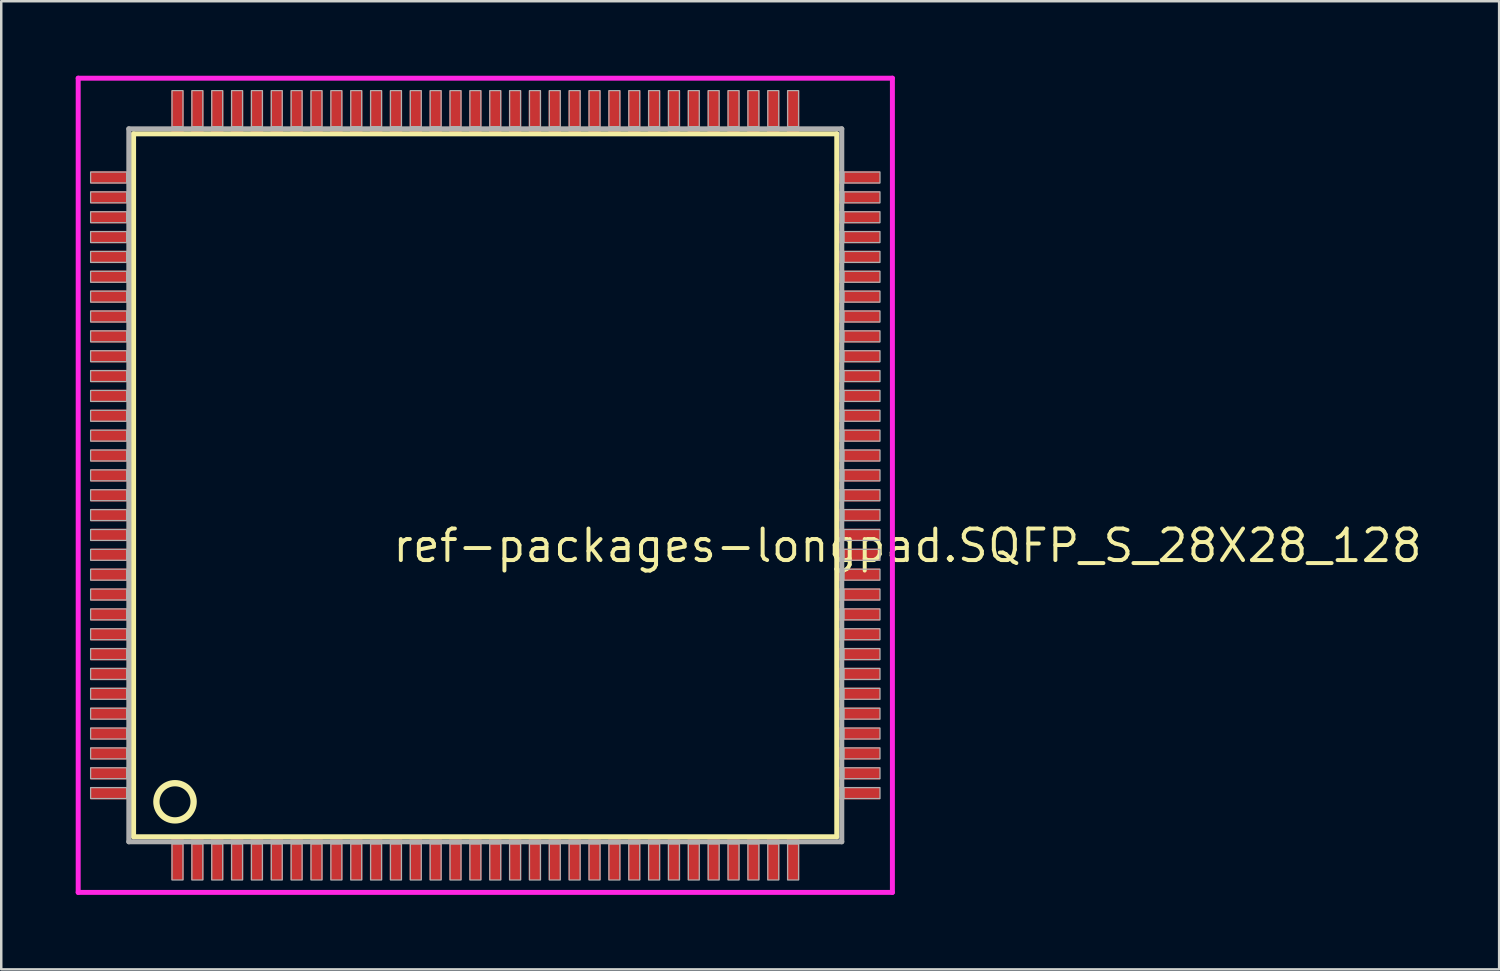
<source format=kicad_pcb>
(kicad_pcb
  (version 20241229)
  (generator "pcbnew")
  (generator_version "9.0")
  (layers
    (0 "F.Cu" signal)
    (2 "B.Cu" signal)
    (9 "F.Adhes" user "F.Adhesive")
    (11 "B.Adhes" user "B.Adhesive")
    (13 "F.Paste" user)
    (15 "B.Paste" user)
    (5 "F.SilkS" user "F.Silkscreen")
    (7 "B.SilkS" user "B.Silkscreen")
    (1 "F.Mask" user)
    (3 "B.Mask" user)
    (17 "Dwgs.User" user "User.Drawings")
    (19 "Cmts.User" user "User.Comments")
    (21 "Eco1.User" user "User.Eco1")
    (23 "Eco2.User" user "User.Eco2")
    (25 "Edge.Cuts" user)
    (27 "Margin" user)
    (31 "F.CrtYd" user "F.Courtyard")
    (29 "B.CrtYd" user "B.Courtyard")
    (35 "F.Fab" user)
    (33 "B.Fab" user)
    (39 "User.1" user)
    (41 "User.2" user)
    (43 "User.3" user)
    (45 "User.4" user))
  (footprint "ref-packages-longpad.SQFP_S_28X28_128"
    (layer "F.Cu")
    (at 16.5 16.5)
    (property "Reference" "ref-packages-longpad.SQFP_S_28X28_128" (at -3.81 3.175 0) (layer "F.SilkS") (effects (font (size 1.27 1.27) (thickness 0.16)) (justify left bottom)))
    (attr smd)
    (fp_line (start -14.17 -14.16) (end 14.16 -14.16) (stroke (width 0.203) (type default)) (layer "F.SilkS"))
    (fp_line (start -14.17 14.16) (end -14.17 -14.16) (stroke (width 0.203) (type default)) (layer "F.SilkS"))
    (fp_line (start 14.16 -14.16) (end 14.16 14.16) (stroke (width 0.203) (type default)) (layer "F.SilkS"))
    (fp_line (start 14.16 14.16) (end -14.17 14.16) (stroke (width 0.203) (type default)) (layer "F.SilkS"))
    (fp_circle (center -12.5 12.75) (end -11.75 12.75) (stroke (width 0.254) (type default)) (fill no) (layer "F.SilkS"))
    (fp_line (start -16.4 -16.4) (end 16.4 -16.4) (stroke (width 0.2) (type default)) (layer "F.CrtYd"))
    (fp_line (start -16.4 16.4) (end -16.4 -16.4) (stroke (width 0.2) (type default)) (layer "F.CrtYd"))
    (fp_line (start 16.4 -16.4) (end 16.4 16.4) (stroke (width 0.2) (type default)) (layer "F.CrtYd"))
    (fp_line (start 16.4 16.4) (end -16.4 16.4) (stroke (width 0.2) (type default)) (layer "F.CrtYd"))
    (fp_line (start -14.36 -14.36) (end -14.36 14.36) (stroke (width 0.203) (type default)) (layer "F.Fab"))
    (fp_line (start -14.36 14.36) (end 14.36 14.36) (stroke (width 0.203) (type default)) (layer "F.Fab"))
    (fp_line (start 14.36 -14.36) (end -14.36 -14.36) (stroke (width 0.203) (type default)) (layer "F.Fab"))
    (fp_line (start 14.36 14.36) (end 14.36 -14.36) (stroke (width 0.203) (type default)) (layer "F.Fab"))
    (fp_rect (start -15.9 -12.18) (end -14.45 -12.62) (stroke (width 0.05) (type default)) (fill no) (layer "F.Fab"))
    (fp_rect (start -15.9 -11.38) (end -14.45 -11.82) (stroke (width 0.05) (type default)) (fill no) (layer "F.Fab"))
    (fp_rect (start -15.9 -10.58) (end -14.45 -11.02) (stroke (width 0.05) (type default)) (fill no) (layer "F.Fab"))
    (fp_rect (start -15.9 -9.78) (end -14.45 -10.22) (stroke (width 0.05) (type default)) (fill no) (layer "F.Fab"))
    (fp_rect (start -15.9 -8.98) (end -14.45 -9.42) (stroke (width 0.05) (type default)) (fill no) (layer "F.Fab"))
    (fp_rect (start -15.9 -8.18) (end -14.45 -8.62) (stroke (width 0.05) (type default)) (fill no) (layer "F.Fab"))
    (fp_rect (start -15.9 -7.38) (end -14.45 -7.82) (stroke (width 0.05) (type default)) (fill no) (layer "F.Fab"))
    (fp_rect (start -15.9 -6.58) (end -14.45 -7.02) (stroke (width 0.05) (type default)) (fill no) (layer "F.Fab"))
    (fp_rect (start -15.9 -5.78) (end -14.45 -6.22) (stroke (width 0.05) (type default)) (fill no) (layer "F.Fab"))
    (fp_rect (start -15.9 -4.98) (end -14.45 -5.42) (stroke (width 0.05) (type default)) (fill no) (layer "F.Fab"))
    (fp_rect (start -15.9 -4.18) (end -14.45 -4.62) (stroke (width 0.05) (type default)) (fill no) (layer "F.Fab"))
    (fp_rect (start -15.9 -3.38) (end -14.45 -3.82) (stroke (width 0.05) (type default)) (fill no) (layer "F.Fab"))
    (fp_rect (start -15.9 -2.58) (end -14.45 -3.02) (stroke (width 0.05) (type default)) (fill no) (layer "F.Fab"))
    (fp_rect (start -15.9 -1.78) (end -14.45 -2.22) (stroke (width 0.05) (type default)) (fill no) (layer "F.Fab"))
    (fp_rect (start -15.9 -0.98) (end -14.45 -1.42) (stroke (width 0.05) (type default)) (fill no) (layer "F.Fab"))
    (fp_rect (start -15.9 -0.18) (end -14.45 -0.62) (stroke (width 0.05) (type default)) (fill no) (layer "F.Fab"))
    (fp_rect (start -15.9 0.62) (end -14.45 0.18) (stroke (width 0.05) (type default)) (fill no) (layer "F.Fab"))
    (fp_rect (start -15.9 1.42) (end -14.45 0.98) (stroke (width 0.05) (type default)) (fill no) (layer "F.Fab"))
    (fp_rect (start -15.9 2.22) (end -14.45 1.78) (stroke (width 0.05) (type default)) (fill no) (layer "F.Fab"))
    (fp_rect (start -15.9 3.02) (end -14.45 2.58) (stroke (width 0.05) (type default)) (fill no) (layer "F.Fab"))
    (fp_rect (start -15.9 3.82) (end -14.45 3.38) (stroke (width 0.05) (type default)) (fill no) (layer "F.Fab"))
    (fp_rect (start -15.9 4.62) (end -14.45 4.18) (stroke (width 0.05) (type default)) (fill no) (layer "F.Fab"))
    (fp_rect (start -15.9 5.42) (end -14.45 4.98) (stroke (width 0.05) (type default)) (fill no) (layer "F.Fab"))
    (fp_rect (start -15.9 6.22) (end -14.45 5.78) (stroke (width 0.05) (type default)) (fill no) (layer "F.Fab"))
    (fp_rect (start -15.9 7.02) (end -14.45 6.58) (stroke (width 0.05) (type default)) (fill no) (layer "F.Fab"))
    (fp_rect (start -15.9 7.82) (end -14.45 7.38) (stroke (width 0.05) (type default)) (fill no) (layer "F.Fab"))
    (fp_rect (start -15.9 8.62) (end -14.45 8.18) (stroke (width 0.05) (type default)) (fill no) (layer "F.Fab"))
    (fp_rect (start -15.9 9.42) (end -14.45 8.98) (stroke (width 0.05) (type default)) (fill no) (layer "F.Fab"))
    (fp_rect (start -15.9 10.22) (end -14.45 9.78) (stroke (width 0.05) (type default)) (fill no) (layer "F.Fab"))
    (fp_rect (start -15.9 11.02) (end -14.45 10.58) (stroke (width 0.05) (type default)) (fill no) (layer "F.Fab"))
    (fp_rect (start -15.9 11.82) (end -14.45 11.38) (stroke (width 0.05) (type default)) (fill no) (layer "F.Fab"))
    (fp_rect (start -15.9 12.62) (end -14.45 12.18) (stroke (width 0.05) (type default)) (fill no) (layer "F.Fab"))
    (fp_rect (start -12.62 -14.45) (end -12.18 -15.9) (stroke (width 0.05) (type default)) (fill no) (layer "F.Fab"))
    (fp_rect (start -12.62 15.9) (end -12.18 14.45) (stroke (width 0.05) (type default)) (fill no) (layer "F.Fab"))
    (fp_rect (start -11.82 -14.45) (end -11.38 -15.9) (stroke (width 0.05) (type default)) (fill no) (layer "F.Fab"))
    (fp_rect (start -11.82 15.9) (end -11.38 14.45) (stroke (width 0.05) (type default)) (fill no) (layer "F.Fab"))
    (fp_rect (start -11.02 -14.45) (end -10.58 -15.9) (stroke (width 0.05) (type default)) (fill no) (layer "F.Fab"))
    (fp_rect (start -11.02 15.9) (end -10.58 14.45) (stroke (width 0.05) (type default)) (fill no) (layer "F.Fab"))
    (fp_rect (start -10.22 -14.45) (end -9.78 -15.9) (stroke (width 0.05) (type default)) (fill no) (layer "F.Fab"))
    (fp_rect (start -10.22 15.9) (end -9.78 14.45) (stroke (width 0.05) (type default)) (fill no) (layer "F.Fab"))
    (fp_rect (start -9.42 -14.45) (end -8.98 -15.9) (stroke (width 0.05) (type default)) (fill no) (layer "F.Fab"))
    (fp_rect (start -9.42 15.9) (end -8.98 14.45) (stroke (width 0.05) (type default)) (fill no) (layer "F.Fab"))
    (fp_rect (start -8.62 -14.45) (end -8.18 -15.9) (stroke (width 0.05) (type default)) (fill no) (layer "F.Fab"))
    (fp_rect (start -8.62 15.9) (end -8.18 14.45) (stroke (width 0.05) (type default)) (fill no) (layer "F.Fab"))
    (fp_rect (start -7.82 -14.45) (end -7.38 -15.9) (stroke (width 0.05) (type default)) (fill no) (layer "F.Fab"))
    (fp_rect (start -7.82 15.9) (end -7.38 14.45) (stroke (width 0.05) (type default)) (fill no) (layer "F.Fab"))
    (fp_rect (start -7.02 -14.45) (end -6.58 -15.9) (stroke (width 0.05) (type default)) (fill no) (layer "F.Fab"))
    (fp_rect (start -7.02 15.9) (end -6.58 14.45) (stroke (width 0.05) (type default)) (fill no) (layer "F.Fab"))
    (fp_rect (start -6.22 -14.45) (end -5.78 -15.9) (stroke (width 0.05) (type default)) (fill no) (layer "F.Fab"))
    (fp_rect (start -6.22 15.9) (end -5.78 14.45) (stroke (width 0.05) (type default)) (fill no) (layer "F.Fab"))
    (fp_rect (start -5.42 -14.45) (end -4.98 -15.9) (stroke (width 0.05) (type default)) (fill no) (layer "F.Fab"))
    (fp_rect (start -5.42 15.9) (end -4.98 14.45) (stroke (width 0.05) (type default)) (fill no) (layer "F.Fab"))
    (fp_rect (start -4.62 -14.45) (end -4.18 -15.9) (stroke (width 0.05) (type default)) (fill no) (layer "F.Fab"))
    (fp_rect (start -4.62 15.9) (end -4.18 14.45) (stroke (width 0.05) (type default)) (fill no) (layer "F.Fab"))
    (fp_rect (start -3.82 -14.45) (end -3.38 -15.9) (stroke (width 0.05) (type default)) (fill no) (layer "F.Fab"))
    (fp_rect (start -3.82 15.9) (end -3.38 14.45) (stroke (width 0.05) (type default)) (fill no) (layer "F.Fab"))
    (fp_rect (start -3.02 -14.45) (end -2.58 -15.9) (stroke (width 0.05) (type default)) (fill no) (layer "F.Fab"))
    (fp_rect (start -3.02 15.9) (end -2.58 14.45) (stroke (width 0.05) (type default)) (fill no) (layer "F.Fab"))
    (fp_rect (start -2.22 -14.45) (end -1.78 -15.9) (stroke (width 0.05) (type default)) (fill no) (layer "F.Fab"))
    (fp_rect (start -2.22 15.9) (end -1.78 14.45) (stroke (width 0.05) (type default)) (fill no) (layer "F.Fab"))
    (fp_rect (start -1.42 -14.45) (end -0.98 -15.9) (stroke (width 0.05) (type default)) (fill no) (layer "F.Fab"))
    (fp_rect (start -1.42 15.9) (end -0.98 14.45) (stroke (width 0.05) (type default)) (fill no) (layer "F.Fab"))
    (fp_rect (start -0.62 -14.45) (end -0.18 -15.9) (stroke (width 0.05) (type default)) (fill no) (layer "F.Fab"))
    (fp_rect (start -0.62 15.9) (end -0.18 14.45) (stroke (width 0.05) (type default)) (fill no) (layer "F.Fab"))
    (fp_rect (start 0.18 -14.45) (end 0.62 -15.9) (stroke (width 0.05) (type default)) (fill no) (layer "F.Fab"))
    (fp_rect (start 0.18 15.9) (end 0.62 14.45) (stroke (width 0.05) (type default)) (fill no) (layer "F.Fab"))
    (fp_rect (start 0.98 -14.45) (end 1.42 -15.9) (stroke (width 0.05) (type default)) (fill no) (layer "F.Fab"))
    (fp_rect (start 0.98 15.9) (end 1.42 14.45) (stroke (width 0.05) (type default)) (fill no) (layer "F.Fab"))
    (fp_rect (start 1.78 -14.45) (end 2.22 -15.9) (stroke (width 0.05) (type default)) (fill no) (layer "F.Fab"))
    (fp_rect (start 1.78 15.9) (end 2.22 14.45) (stroke (width 0.05) (type default)) (fill no) (layer "F.Fab"))
    (fp_rect (start 2.58 -14.45) (end 3.02 -15.9) (stroke (width 0.05) (type default)) (fill no) (layer "F.Fab"))
    (fp_rect (start 2.58 15.9) (end 3.02 14.45) (stroke (width 0.05) (type default)) (fill no) (layer "F.Fab"))
    (fp_rect (start 3.38 -14.45) (end 3.82 -15.9) (stroke (width 0.05) (type default)) (fill no) (layer "F.Fab"))
    (fp_rect (start 3.38 15.9) (end 3.82 14.45) (stroke (width 0.05) (type default)) (fill no) (layer "F.Fab"))
    (fp_rect (start 4.18 -14.45) (end 4.62 -15.9) (stroke (width 0.05) (type default)) (fill no) (layer "F.Fab"))
    (fp_rect (start 4.18 15.9) (end 4.62 14.45) (stroke (width 0.05) (type default)) (fill no) (layer "F.Fab"))
    (fp_rect (start 4.98 -14.45) (end 5.42 -15.9) (stroke (width 0.05) (type default)) (fill no) (layer "F.Fab"))
    (fp_rect (start 4.98 15.9) (end 5.42 14.45) (stroke (width 0.05) (type default)) (fill no) (layer "F.Fab"))
    (fp_rect (start 5.78 -14.45) (end 6.22 -15.9) (stroke (width 0.05) (type default)) (fill no) (layer "F.Fab"))
    (fp_rect (start 5.78 15.9) (end 6.22 14.45) (stroke (width 0.05) (type default)) (fill no) (layer "F.Fab"))
    (fp_rect (start 6.58 -14.45) (end 7.02 -15.9) (stroke (width 0.05) (type default)) (fill no) (layer "F.Fab"))
    (fp_rect (start 6.58 15.9) (end 7.02 14.45) (stroke (width 0.05) (type default)) (fill no) (layer "F.Fab"))
    (fp_rect (start 7.38 -14.45) (end 7.82 -15.9) (stroke (width 0.05) (type default)) (fill no) (layer "F.Fab"))
    (fp_rect (start 7.38 15.9) (end 7.82 14.45) (stroke (width 0.05) (type default)) (fill no) (layer "F.Fab"))
    (fp_rect (start 8.18 -14.45) (end 8.62 -15.9) (stroke (width 0.05) (type default)) (fill no) (layer "F.Fab"))
    (fp_rect (start 8.18 15.9) (end 8.62 14.45) (stroke (width 0.05) (type default)) (fill no) (layer "F.Fab"))
    (fp_rect (start 8.98 -14.45) (end 9.42 -15.9) (stroke (width 0.05) (type default)) (fill no) (layer "F.Fab"))
    (fp_rect (start 8.98 15.9) (end 9.42 14.45) (stroke (width 0.05) (type default)) (fill no) (layer "F.Fab"))
    (fp_rect (start 9.78 -14.45) (end 10.22 -15.9) (stroke (width 0.05) (type default)) (fill no) (layer "F.Fab"))
    (fp_rect (start 9.78 15.9) (end 10.22 14.45) (stroke (width 0.05) (type default)) (fill no) (layer "F.Fab"))
    (fp_rect (start 10.58 -14.45) (end 11.02 -15.9) (stroke (width 0.05) (type default)) (fill no) (layer "F.Fab"))
    (fp_rect (start 10.58 15.9) (end 11.02 14.45) (stroke (width 0.05) (type default)) (fill no) (layer "F.Fab"))
    (fp_rect (start 11.38 -14.45) (end 11.82 -15.9) (stroke (width 0.05) (type default)) (fill no) (layer "F.Fab"))
    (fp_rect (start 11.38 15.9) (end 11.82 14.45) (stroke (width 0.05) (type default)) (fill no) (layer "F.Fab"))
    (fp_rect (start 12.18 -14.45) (end 12.62 -15.9) (stroke (width 0.05) (type default)) (fill no) (layer "F.Fab"))
    (fp_rect (start 12.18 15.9) (end 12.62 14.45) (stroke (width 0.05) (type default)) (fill no) (layer "F.Fab"))
    (fp_rect (start 14.45 -12.18) (end 15.9 -12.62) (stroke (width 0.05) (type default)) (fill no) (layer "F.Fab"))
    (fp_rect (start 14.45 -11.38) (end 15.9 -11.82) (stroke (width 0.05) (type default)) (fill no) (layer "F.Fab"))
    (fp_rect (start 14.45 -10.58) (end 15.9 -11.02) (stroke (width 0.05) (type default)) (fill no) (layer "F.Fab"))
    (fp_rect (start 14.45 -9.78) (end 15.9 -10.22) (stroke (width 0.05) (type default)) (fill no) (layer "F.Fab"))
    (fp_rect (start 14.45 -8.98) (end 15.9 -9.42) (stroke (width 0.05) (type default)) (fill no) (layer "F.Fab"))
    (fp_rect (start 14.45 -8.18) (end 15.9 -8.62) (stroke (width 0.05) (type default)) (fill no) (layer "F.Fab"))
    (fp_rect (start 14.45 -7.38) (end 15.9 -7.82) (stroke (width 0.05) (type default)) (fill no) (layer "F.Fab"))
    (fp_rect (start 14.45 -6.58) (end 15.9 -7.02) (stroke (width 0.05) (type default)) (fill no) (layer "F.Fab"))
    (fp_rect (start 14.45 -5.78) (end 15.9 -6.22) (stroke (width 0.05) (type default)) (fill no) (layer "F.Fab"))
    (fp_rect (start 14.45 -4.98) (end 15.9 -5.42) (stroke (width 0.05) (type default)) (fill no) (layer "F.Fab"))
    (fp_rect (start 14.45 -4.18) (end 15.9 -4.62) (stroke (width 0.05) (type default)) (fill no) (layer "F.Fab"))
    (fp_rect (start 14.45 -3.38) (end 15.9 -3.82) (stroke (width 0.05) (type default)) (fill no) (layer "F.Fab"))
    (fp_rect (start 14.45 -2.58) (end 15.9 -3.02) (stroke (width 0.05) (type default)) (fill no) (layer "F.Fab"))
    (fp_rect (start 14.45 -1.78) (end 15.9 -2.22) (stroke (width 0.05) (type default)) (fill no) (layer "F.Fab"))
    (fp_rect (start 14.45 -0.98) (end 15.9 -1.42) (stroke (width 0.05) (type default)) (fill no) (layer "F.Fab"))
    (fp_rect (start 14.45 -0.18) (end 15.9 -0.62) (stroke (width 0.05) (type default)) (fill no) (layer "F.Fab"))
    (fp_rect (start 14.45 0.62) (end 15.9 0.18) (stroke (width 0.05) (type default)) (fill no) (layer "F.Fab"))
    (fp_rect (start 14.45 1.42) (end 15.9 0.98) (stroke (width 0.05) (type default)) (fill no) (layer "F.Fab"))
    (fp_rect (start 14.45 2.22) (end 15.9 1.78) (stroke (width 0.05) (type default)) (fill no) (layer "F.Fab"))
    (fp_rect (start 14.45 3.02) (end 15.9 2.58) (stroke (width 0.05) (type default)) (fill no) (layer "F.Fab"))
    (fp_rect (start 14.45 3.82) (end 15.9 3.38) (stroke (width 0.05) (type default)) (fill no) (layer "F.Fab"))
    (fp_rect (start 14.45 4.62) (end 15.9 4.18) (stroke (width 0.05) (type default)) (fill no) (layer "F.Fab"))
    (fp_rect (start 14.45 5.42) (end 15.9 4.98) (stroke (width 0.05) (type default)) (fill no) (layer "F.Fab"))
    (fp_rect (start 14.45 6.22) (end 15.9 5.78) (stroke (width 0.05) (type default)) (fill no) (layer "F.Fab"))
    (fp_rect (start 14.45 7.02) (end 15.9 6.58) (stroke (width 0.05) (type default)) (fill no) (layer "F.Fab"))
    (fp_rect (start 14.45 7.82) (end 15.9 7.38) (stroke (width 0.05) (type default)) (fill no) (layer "F.Fab"))
    (fp_rect (start 14.45 8.62) (end 15.9 8.18) (stroke (width 0.05) (type default)) (fill no) (layer "F.Fab"))
    (fp_rect (start 14.45 9.42) (end 15.9 8.98) (stroke (width 0.05) (type default)) (fill no) (layer "F.Fab"))
    (fp_rect (start 14.45 10.22) (end 15.9 9.78) (stroke (width 0.05) (type default)) (fill no) (layer "F.Fab"))
    (fp_rect (start 14.45 11.02) (end 15.9 10.58) (stroke (width 0.05) (type default)) (fill no) (layer "F.Fab"))
    (fp_rect (start 14.45 11.82) (end 15.9 11.38) (stroke (width 0.05) (type default)) (fill no) (layer "F.Fab"))
    (fp_rect (start 14.45 12.62) (end 15.9 12.18) (stroke (width 0.05) (type default)) (fill no) (layer "F.Fab"))
    (pad "1" smd roundrect (at -12.4 15) (size 0.5 1.8) (layers "F.Cu" "F.Mask" "F.Paste") (roundrect_rratio 0.01))
    (pad "2" smd roundrect (at -11.6 15) (size 0.5 1.8) (layers "F.Cu" "F.Mask" "F.Paste") (roundrect_rratio 0.01))
    (pad "3" smd roundrect (at -10.8 15) (size 0.5 1.8) (layers "F.Cu" "F.Mask" "F.Paste") (roundrect_rratio 0.01))
    (pad "4" smd roundrect (at -10 15) (size 0.5 1.8) (layers "F.Cu" "F.Mask" "F.Paste") (roundrect_rratio 0.01))
    (pad "5" smd roundrect (at -9.2 15) (size 0.5 1.8) (layers "F.Cu" "F.Mask" "F.Paste") (roundrect_rratio 0.01))
    (pad "6" smd roundrect (at -8.4 15) (size 0.5 1.8) (layers "F.Cu" "F.Mask" "F.Paste") (roundrect_rratio 0.01))
    (pad "7" smd roundrect (at -7.6 15) (size 0.5 1.8) (layers "F.Cu" "F.Mask" "F.Paste") (roundrect_rratio 0.01))
    (pad "8" smd roundrect (at -6.8 15) (size 0.5 1.8) (layers "F.Cu" "F.Mask" "F.Paste") (roundrect_rratio 0.01))
    (pad "9" smd roundrect (at -6 15) (size 0.5 1.8) (layers "F.Cu" "F.Mask" "F.Paste") (roundrect_rratio 0.01))
    (pad "10" smd roundrect (at -5.2 15) (size 0.5 1.8) (layers "F.Cu" "F.Mask" "F.Paste") (roundrect_rratio 0.01))
    (pad "11" smd roundrect (at -4.4 15) (size 0.5 1.8) (layers "F.Cu" "F.Mask" "F.Paste") (roundrect_rratio 0.01))
    (pad "12" smd roundrect (at -3.6 15) (size 0.5 1.8) (layers "F.Cu" "F.Mask" "F.Paste") (roundrect_rratio 0.01))
    (pad "13" smd roundrect (at -2.8 15) (size 0.5 1.8) (layers "F.Cu" "F.Mask" "F.Paste") (roundrect_rratio 0.01))
    (pad "14" smd roundrect (at -2 15) (size 0.5 1.8) (layers "F.Cu" "F.Mask" "F.Paste") (roundrect_rratio 0.01))
    (pad "15" smd roundrect (at -1.2 15) (size 0.5 1.8) (layers "F.Cu" "F.Mask" "F.Paste") (roundrect_rratio 0.01))
    (pad "16" smd roundrect (at -0.4 15) (size 0.5 1.8) (layers "F.Cu" "F.Mask" "F.Paste") (roundrect_rratio 0.01))
    (pad "17" smd roundrect (at 0.4 15) (size 0.5 1.8) (layers "F.Cu" "F.Mask" "F.Paste") (roundrect_rratio 0.01))
    (pad "18" smd roundrect (at 1.2 15) (size 0.5 1.8) (layers "F.Cu" "F.Mask" "F.Paste") (roundrect_rratio 0.01))
    (pad "19" smd roundrect (at 2 15) (size 0.5 1.8) (layers "F.Cu" "F.Mask" "F.Paste") (roundrect_rratio 0.01))
    (pad "20" smd roundrect (at 2.8 15) (size 0.5 1.8) (layers "F.Cu" "F.Mask" "F.Paste") (roundrect_rratio 0.01))
    (pad "21" smd roundrect (at 3.6 15) (size 0.5 1.8) (layers "F.Cu" "F.Mask" "F.Paste") (roundrect_rratio 0.01))
    (pad "22" smd roundrect (at 4.4 15) (size 0.5 1.8) (layers "F.Cu" "F.Mask" "F.Paste") (roundrect_rratio 0.01))
    (pad "23" smd roundrect (at 5.2 15) (size 0.5 1.8) (layers "F.Cu" "F.Mask" "F.Paste") (roundrect_rratio 0.01))
    (pad "24" smd roundrect (at 6 15) (size 0.5 1.8) (layers "F.Cu" "F.Mask" "F.Paste") (roundrect_rratio 0.01))
    (pad "25" smd roundrect (at 6.8 15) (size 0.5 1.8) (layers "F.Cu" "F.Mask" "F.Paste") (roundrect_rratio 0.01))
    (pad "26" smd roundrect (at 7.6 15) (size 0.5 1.8) (layers "F.Cu" "F.Mask" "F.Paste") (roundrect_rratio 0.01))
    (pad "27" smd roundrect (at 8.4 15) (size 0.5 1.8) (layers "F.Cu" "F.Mask" "F.Paste") (roundrect_rratio 0.01))
    (pad "28" smd roundrect (at 9.2 15) (size 0.5 1.8) (layers "F.Cu" "F.Mask" "F.Paste") (roundrect_rratio 0.01))
    (pad "29" smd roundrect (at 10 15) (size 0.5 1.8) (layers "F.Cu" "F.Mask" "F.Paste") (roundrect_rratio 0.01))
    (pad "30" smd roundrect (at 10.8 15) (size 0.5 1.8) (layers "F.Cu" "F.Mask" "F.Paste") (roundrect_rratio 0.01))
    (pad "31" smd roundrect (at 11.6 15) (size 0.5 1.8) (layers "F.Cu" "F.Mask" "F.Paste") (roundrect_rratio 0.01))
    (pad "32" smd roundrect (at 12.4 15) (size 0.5 1.8) (layers "F.Cu" "F.Mask" "F.Paste") (roundrect_rratio 0.01))
    (pad "33" smd roundrect (at 15 12.4) (size 1.8 0.5) (layers "F.Cu" "F.Mask" "F.Paste") (roundrect_rratio 0.01))
    (pad "34" smd roundrect (at 15 11.6) (size 1.8 0.5) (layers "F.Cu" "F.Mask" "F.Paste") (roundrect_rratio 0.01))
    (pad "35" smd roundrect (at 15 10.8) (size 1.8 0.5) (layers "F.Cu" "F.Mask" "F.Paste") (roundrect_rratio 0.01))
    (pad "36" smd roundrect (at 15 10) (size 1.8 0.5) (layers "F.Cu" "F.Mask" "F.Paste") (roundrect_rratio 0.01))
    (pad "37" smd roundrect (at 15 9.2) (size 1.8 0.5) (layers "F.Cu" "F.Mask" "F.Paste") (roundrect_rratio 0.01))
    (pad "38" smd roundrect (at 15 8.4) (size 1.8 0.5) (layers "F.Cu" "F.Mask" "F.Paste") (roundrect_rratio 0.01))
    (pad "39" smd roundrect (at 15 7.6) (size 1.8 0.5) (layers "F.Cu" "F.Mask" "F.Paste") (roundrect_rratio 0.01))
    (pad "40" smd roundrect (at 15 6.8) (size 1.8 0.5) (layers "F.Cu" "F.Mask" "F.Paste") (roundrect_rratio 0.01))
    (pad "41" smd roundrect (at 15 6) (size 1.8 0.5) (layers "F.Cu" "F.Mask" "F.Paste") (roundrect_rratio 0.01))
    (pad "42" smd roundrect (at 15 5.2) (size 1.8 0.5) (layers "F.Cu" "F.Mask" "F.Paste") (roundrect_rratio 0.01))
    (pad "43" smd roundrect (at 15 4.4) (size 1.8 0.5) (layers "F.Cu" "F.Mask" "F.Paste") (roundrect_rratio 0.01))
    (pad "44" smd roundrect (at 15 3.6) (size 1.8 0.5) (layers "F.Cu" "F.Mask" "F.Paste") (roundrect_rratio 0.01))
    (pad "45" smd roundrect (at 15 2.8) (size 1.8 0.5) (layers "F.Cu" "F.Mask" "F.Paste") (roundrect_rratio 0.01))
    (pad "46" smd roundrect (at 15 2) (size 1.8 0.5) (layers "F.Cu" "F.Mask" "F.Paste") (roundrect_rratio 0.01))
    (pad "47" smd roundrect (at 15 1.2) (size 1.8 0.5) (layers "F.Cu" "F.Mask" "F.Paste") (roundrect_rratio 0.01))
    (pad "48" smd roundrect (at 15 0.4) (size 1.8 0.5) (layers "F.Cu" "F.Mask" "F.Paste") (roundrect_rratio 0.01))
    (pad "49" smd roundrect (at 15 -0.4) (size 1.8 0.5) (layers "F.Cu" "F.Mask" "F.Paste") (roundrect_rratio 0.01))
    (pad "50" smd roundrect (at 15 -1.2) (size 1.8 0.5) (layers "F.Cu" "F.Mask" "F.Paste") (roundrect_rratio 0.01))
    (pad "51" smd roundrect (at 15 -2) (size 1.8 0.5) (layers "F.Cu" "F.Mask" "F.Paste") (roundrect_rratio 0.01))
    (pad "52" smd roundrect (at 15 -2.8) (size 1.8 0.5) (layers "F.Cu" "F.Mask" "F.Paste") (roundrect_rratio 0.01))
    (pad "53" smd roundrect (at 15 -3.6) (size 1.8 0.5) (layers "F.Cu" "F.Mask" "F.Paste") (roundrect_rratio 0.01))
    (pad "54" smd roundrect (at 15 -4.4) (size 1.8 0.5) (layers "F.Cu" "F.Mask" "F.Paste") (roundrect_rratio 0.01))
    (pad "55" smd roundrect (at 15 -5.2) (size 1.8 0.5) (layers "F.Cu" "F.Mask" "F.Paste") (roundrect_rratio 0.01))
    (pad "56" smd roundrect (at 15 -6) (size 1.8 0.5) (layers "F.Cu" "F.Mask" "F.Paste") (roundrect_rratio 0.01))
    (pad "57" smd roundrect (at 15 -6.8) (size 1.8 0.5) (layers "F.Cu" "F.Mask" "F.Paste") (roundrect_rratio 0.01))
    (pad "58" smd roundrect (at 15 -7.6) (size 1.8 0.5) (layers "F.Cu" "F.Mask" "F.Paste") (roundrect_rratio 0.01))
    (pad "59" smd roundrect (at 15 -8.4) (size 1.8 0.5) (layers "F.Cu" "F.Mask" "F.Paste") (roundrect_rratio 0.01))
    (pad "60" smd roundrect (at 15 -9.2) (size 1.8 0.5) (layers "F.Cu" "F.Mask" "F.Paste") (roundrect_rratio 0.01))
    (pad "61" smd roundrect (at 15 -10) (size 1.8 0.5) (layers "F.Cu" "F.Mask" "F.Paste") (roundrect_rratio 0.01))
    (pad "62" smd roundrect (at 15 -10.8) (size 1.8 0.5) (layers "F.Cu" "F.Mask" "F.Paste") (roundrect_rratio 0.01))
    (pad "63" smd roundrect (at 15 -11.6) (size 1.8 0.5) (layers "F.Cu" "F.Mask" "F.Paste") (roundrect_rratio 0.01))
    (pad "64" smd roundrect (at 15 -12.4) (size 1.8 0.5) (layers "F.Cu" "F.Mask" "F.Paste") (roundrect_rratio 0.01))
    (pad "65" smd roundrect (at 12.4 -15) (size 0.5 1.8) (layers "F.Cu" "F.Mask" "F.Paste") (roundrect_rratio 0.01))
    (pad "66" smd roundrect (at 11.6 -15) (size 0.5 1.8) (layers "F.Cu" "F.Mask" "F.Paste") (roundrect_rratio 0.01))
    (pad "67" smd roundrect (at 10.8 -15) (size 0.5 1.8) (layers "F.Cu" "F.Mask" "F.Paste") (roundrect_rratio 0.01))
    (pad "68" smd roundrect (at 10 -15) (size 0.5 1.8) (layers "F.Cu" "F.Mask" "F.Paste") (roundrect_rratio 0.01))
    (pad "69" smd roundrect (at 9.2 -15) (size 0.5 1.8) (layers "F.Cu" "F.Mask" "F.Paste") (roundrect_rratio 0.01))
    (pad "70" smd roundrect (at 8.4 -15) (size 0.5 1.8) (layers "F.Cu" "F.Mask" "F.Paste") (roundrect_rratio 0.01))
    (pad "71" smd roundrect (at 7.6 -15) (size 0.5 1.8) (layers "F.Cu" "F.Mask" "F.Paste") (roundrect_rratio 0.01))
    (pad "72" smd roundrect (at 6.8 -15) (size 0.5 1.8) (layers "F.Cu" "F.Mask" "F.Paste") (roundrect_rratio 0.01))
    (pad "73" smd roundrect (at 6 -15) (size 0.5 1.8) (layers "F.Cu" "F.Mask" "F.Paste") (roundrect_rratio 0.01))
    (pad "74" smd roundrect (at 5.2 -15) (size 0.5 1.8) (layers "F.Cu" "F.Mask" "F.Paste") (roundrect_rratio 0.01))
    (pad "75" smd roundrect (at 4.4 -15) (size 0.5 1.8) (layers "F.Cu" "F.Mask" "F.Paste") (roundrect_rratio 0.01))
    (pad "76" smd roundrect (at 3.6 -15) (size 0.5 1.8) (layers "F.Cu" "F.Mask" "F.Paste") (roundrect_rratio 0.01))
    (pad "77" smd roundrect (at 2.8 -15) (size 0.5 1.8) (layers "F.Cu" "F.Mask" "F.Paste") (roundrect_rratio 0.01))
    (pad "78" smd roundrect (at 2 -15) (size 0.5 1.8) (layers "F.Cu" "F.Mask" "F.Paste") (roundrect_rratio 0.01))
    (pad "79" smd roundrect (at 1.2 -15) (size 0.5 1.8) (layers "F.Cu" "F.Mask" "F.Paste") (roundrect_rratio 0.01))
    (pad "80" smd roundrect (at 0.4 -15) (size 0.5 1.8) (layers "F.Cu" "F.Mask" "F.Paste") (roundrect_rratio 0.01))
    (pad "81" smd roundrect (at -0.4 -15) (size 0.5 1.8) (layers "F.Cu" "F.Mask" "F.Paste") (roundrect_rratio 0.01))
    (pad "82" smd roundrect (at -1.2 -15) (size 0.5 1.8) (layers "F.Cu" "F.Mask" "F.Paste") (roundrect_rratio 0.01))
    (pad "83" smd roundrect (at -2 -15) (size 0.5 1.8) (layers "F.Cu" "F.Mask" "F.Paste") (roundrect_rratio 0.01))
    (pad "84" smd roundrect (at -2.8 -15) (size 0.5 1.8) (layers "F.Cu" "F.Mask" "F.Paste") (roundrect_rratio 0.01))
    (pad "85" smd roundrect (at -3.6 -15) (size 0.5 1.8) (layers "F.Cu" "F.Mask" "F.Paste") (roundrect_rratio 0.01))
    (pad "86" smd roundrect (at -4.4 -15) (size 0.5 1.8) (layers "F.Cu" "F.Mask" "F.Paste") (roundrect_rratio 0.01))
    (pad "87" smd roundrect (at -5.2 -15) (size 0.5 1.8) (layers "F.Cu" "F.Mask" "F.Paste") (roundrect_rratio 0.01))
    (pad "88" smd roundrect (at -6 -15) (size 0.5 1.8) (layers "F.Cu" "F.Mask" "F.Paste") (roundrect_rratio 0.01))
    (pad "89" smd roundrect (at -6.8 -15) (size 0.5 1.8) (layers "F.Cu" "F.Mask" "F.Paste") (roundrect_rratio 0.01))
    (pad "90" smd roundrect (at -7.6 -15) (size 0.5 1.8) (layers "F.Cu" "F.Mask" "F.Paste") (roundrect_rratio 0.01))
    (pad "91" smd roundrect (at -8.4 -15) (size 0.5 1.8) (layers "F.Cu" "F.Mask" "F.Paste") (roundrect_rratio 0.01))
    (pad "92" smd roundrect (at -9.2 -15) (size 0.5 1.8) (layers "F.Cu" "F.Mask" "F.Paste") (roundrect_rratio 0.01))
    (pad "93" smd roundrect (at -10 -15) (size 0.5 1.8) (layers "F.Cu" "F.Mask" "F.Paste") (roundrect_rratio 0.01))
    (pad "94" smd roundrect (at -10.8 -15) (size 0.5 1.8) (layers "F.Cu" "F.Mask" "F.Paste") (roundrect_rratio 0.01))
    (pad "95" smd roundrect (at -11.6 -15) (size 0.5 1.8) (layers "F.Cu" "F.Mask" "F.Paste") (roundrect_rratio 0.01))
    (pad "96" smd roundrect (at -12.4 -15) (size 0.5 1.8) (layers "F.Cu" "F.Mask" "F.Paste") (roundrect_rratio 0.01))
    (pad "97" smd roundrect (at -15 -12.4) (size 1.8 0.5) (layers "F.Cu" "F.Mask" "F.Paste") (roundrect_rratio 0.01))
    (pad "98" smd roundrect (at -15 -11.6) (size 1.8 0.5) (layers "F.Cu" "F.Mask" "F.Paste") (roundrect_rratio 0.01))
    (pad "99" smd roundrect (at -15 -10.8) (size 1.8 0.5) (layers "F.Cu" "F.Mask" "F.Paste") (roundrect_rratio 0.01))
    (pad "100" smd roundrect (at -15 -10) (size 1.8 0.5) (layers "F.Cu" "F.Mask" "F.Paste") (roundrect_rratio 0.01))
    (pad "101" smd roundrect (at -15 -9.2) (size 1.8 0.5) (layers "F.Cu" "F.Mask" "F.Paste") (roundrect_rratio 0.01))
    (pad "102" smd roundrect (at -15 -8.4) (size 1.8 0.5) (layers "F.Cu" "F.Mask" "F.Paste") (roundrect_rratio 0.01))
    (pad "103" smd roundrect (at -15 -7.6) (size 1.8 0.5) (layers "F.Cu" "F.Mask" "F.Paste") (roundrect_rratio 0.01))
    (pad "104" smd roundrect (at -15 -6.8) (size 1.8 0.5) (layers "F.Cu" "F.Mask" "F.Paste") (roundrect_rratio 0.01))
    (pad "105" smd roundrect (at -15 -6) (size 1.8 0.5) (layers "F.Cu" "F.Mask" "F.Paste") (roundrect_rratio 0.01))
    (pad "106" smd roundrect (at -15 -5.2) (size 1.8 0.5) (layers "F.Cu" "F.Mask" "F.Paste") (roundrect_rratio 0.01))
    (pad "107" smd roundrect (at -15 -4.4) (size 1.8 0.5) (layers "F.Cu" "F.Mask" "F.Paste") (roundrect_rratio 0.01))
    (pad "108" smd roundrect (at -15 -3.6) (size 1.8 0.5) (layers "F.Cu" "F.Mask" "F.Paste") (roundrect_rratio 0.01))
    (pad "109" smd roundrect (at -15 -2.8) (size 1.8 0.5) (layers "F.Cu" "F.Mask" "F.Paste") (roundrect_rratio 0.01))
    (pad "110" smd roundrect (at -15 -2) (size 1.8 0.5) (layers "F.Cu" "F.Mask" "F.Paste") (roundrect_rratio 0.01))
    (pad "111" smd roundrect (at -15 -1.2) (size 1.8 0.5) (layers "F.Cu" "F.Mask" "F.Paste") (roundrect_rratio 0.01))
    (pad "112" smd roundrect (at -15 -0.4) (size 1.8 0.5) (layers "F.Cu" "F.Mask" "F.Paste") (roundrect_rratio 0.01))
    (pad "113" smd roundrect (at -15 0.4) (size 1.8 0.5) (layers "F.Cu" "F.Mask" "F.Paste") (roundrect_rratio 0.01))
    (pad "114" smd roundrect (at -15 1.2) (size 1.8 0.5) (layers "F.Cu" "F.Mask" "F.Paste") (roundrect_rratio 0.01))
    (pad "115" smd roundrect (at -15 2) (size 1.8 0.5) (layers "F.Cu" "F.Mask" "F.Paste") (roundrect_rratio 0.01))
    (pad "116" smd roundrect (at -15 2.8) (size 1.8 0.5) (layers "F.Cu" "F.Mask" "F.Paste") (roundrect_rratio 0.01))
    (pad "117" smd roundrect (at -15 3.6) (size 1.8 0.5) (layers "F.Cu" "F.Mask" "F.Paste") (roundrect_rratio 0.01))
    (pad "118" smd roundrect (at -15 4.4) (size 1.8 0.5) (layers "F.Cu" "F.Mask" "F.Paste") (roundrect_rratio 0.01))
    (pad "119" smd roundrect (at -15 5.2) (size 1.8 0.5) (layers "F.Cu" "F.Mask" "F.Paste") (roundrect_rratio 0.01))
    (pad "120" smd roundrect (at -15 6) (size 1.8 0.5) (layers "F.Cu" "F.Mask" "F.Paste") (roundrect_rratio 0.01))
    (pad "121" smd roundrect (at -15 6.8) (size 1.8 0.5) (layers "F.Cu" "F.Mask" "F.Paste") (roundrect_rratio 0.01))
    (pad "122" smd roundrect (at -15 7.6) (size 1.8 0.5) (layers "F.Cu" "F.Mask" "F.Paste") (roundrect_rratio 0.01))
    (pad "123" smd roundrect (at -15 8.4) (size 1.8 0.5) (layers "F.Cu" "F.Mask" "F.Paste") (roundrect_rratio 0.01))
    (pad "124" smd roundrect (at -15 9.2) (size 1.8 0.5) (layers "F.Cu" "F.Mask" "F.Paste") (roundrect_rratio 0.01))
    (pad "125" smd roundrect (at -15 10) (size 1.8 0.5) (layers "F.Cu" "F.Mask" "F.Paste") (roundrect_rratio 0.01))
    (pad "126" smd roundrect (at -15 10.8) (size 1.8 0.5) (layers "F.Cu" "F.Mask" "F.Paste") (roundrect_rratio 0.01))
    (pad "127" smd roundrect (at -15 11.6) (size 1.8 0.5) (layers "F.Cu" "F.Mask" "F.Paste") (roundrect_rratio 0.01))
    (pad "128" smd roundrect (at -15 12.4) (size 1.8 0.5) (layers "F.Cu" "F.Mask" "F.Paste") (roundrect_rratio 0.01)))
  (gr_rect
    (start -3 -3)
    (end 57.342 36)
    (stroke (width 0.1) (type default))
    (fill no)
    (layer "Edge.Cuts")))
</source>
